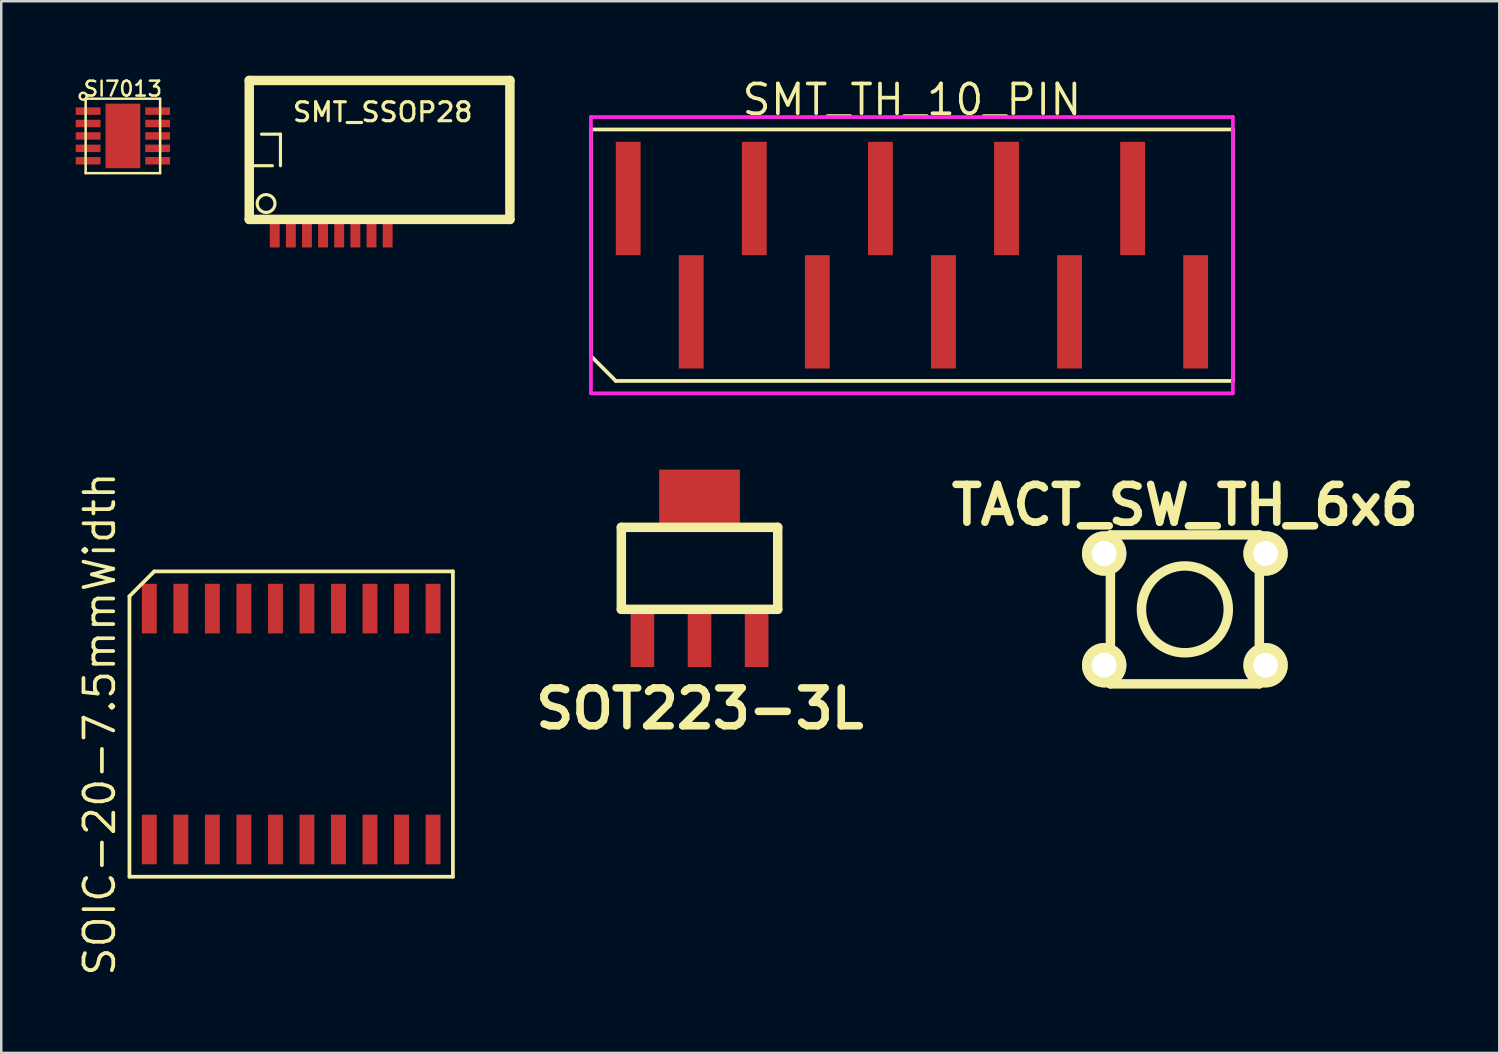
<source format=kicad_pcb>
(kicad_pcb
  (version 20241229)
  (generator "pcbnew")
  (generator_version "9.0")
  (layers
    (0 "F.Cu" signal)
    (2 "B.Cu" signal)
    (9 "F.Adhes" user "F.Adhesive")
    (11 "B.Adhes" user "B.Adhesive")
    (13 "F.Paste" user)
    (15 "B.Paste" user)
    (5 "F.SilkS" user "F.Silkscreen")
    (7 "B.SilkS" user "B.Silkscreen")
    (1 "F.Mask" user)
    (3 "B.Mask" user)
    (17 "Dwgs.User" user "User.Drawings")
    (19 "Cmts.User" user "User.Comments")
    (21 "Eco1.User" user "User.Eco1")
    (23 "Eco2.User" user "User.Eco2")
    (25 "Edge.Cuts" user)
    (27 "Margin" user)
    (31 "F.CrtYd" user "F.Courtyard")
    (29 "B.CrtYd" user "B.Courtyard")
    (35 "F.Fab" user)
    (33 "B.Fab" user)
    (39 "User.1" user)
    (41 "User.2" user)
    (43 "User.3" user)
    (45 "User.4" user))
  (footprint "TACT_SW_TH_6x6"
    (layer "F.Cu")
    (at 44.682 21.498)
    (property "Reference" "TACT_SW_TH_6x6" (at 0 -4.201 0) (layer "F.SilkS") (effects (font (size 1.524 1.524) (thickness 0.305))))
    (attr through_hole)
    (fp_line (start -3.2 -1.9) (end -3.2 -2.601) (stroke (width 0.381) (type solid)) (layer "F.SilkS"))
    (fp_line (start -3.2 1.9) (end -3.2 2.601) (stroke (width 0.381) (type solid)) (layer "F.SilkS"))
    (fp_line (start -3 -3) (end 3 -3) (stroke (width 0.381) (type solid)) (layer "F.SilkS"))
    (fp_line (start -3 3) (end -3 -3) (stroke (width 0.381) (type solid)) (layer "F.SilkS"))
    (fp_line (start 3 -3) (end 3 3) (stroke (width 0.381) (type solid)) (layer "F.SilkS"))
    (fp_line (start 3 3) (end -3 3) (stroke (width 0.381) (type solid)) (layer "F.SilkS"))
    (fp_line (start 3.2 -2.601) (end 3.2 -1.9) (stroke (width 0.381) (type solid)) (layer "F.SilkS"))
    (fp_line (start 3.2 1.9) (end 3.2 2.601) (stroke (width 0.381) (type solid)) (layer "F.SilkS"))
    (fp_circle (center 0 0) (end 1.75 0) (stroke (width 0.381) (type solid)) (fill no) (layer "F.SilkS"))
    (pad "1" thru_hole circle (at -3.251 -2.25) (size 1.788 1.788) (drill 1.001) (layers "*.Cu" "*.Mask" "F.SilkS"))
    (pad "1" thru_hole circle (at 3.251 -2.25) (size 1.788 1.788) (drill 1.001) (layers "*.Cu" "*.Mask" "F.SilkS"))
    (pad "2" thru_hole circle (at -3.251 2.25) (size 1.788 1.788) (drill 1.001) (layers "*.Cu" "*.Mask" "F.SilkS"))
    (pad "2" thru_hole circle (at 3.251 2.25) (size 1.788 1.788) (drill 1.001) (layers "*.Cu" "*.Mask" "F.SilkS")))
  (footprint "SOT223-3L"
    (layer "F.Cu")
    (at 25.13 19.845)
    (property "Reference" "SOT223-3L" (at 0.013 5.652 0) (layer "F.SilkS") (effects (font (size 1.524 1.524) (thickness 0.305))))
    (attr through_hole)
    (fp_line (start -3.15 -1.651) (end 3.15 -1.651) (stroke (width 0.381) (type solid)) (layer "F.SilkS"))
    (fp_line (start -3.15 1.651) (end -3.15 -1.651) (stroke (width 0.381) (type solid)) (layer "F.SilkS"))
    (fp_line (start -3.15 1.651) (end 3.15 1.651) (stroke (width 0.381) (type solid)) (layer "F.SilkS"))
    (fp_line (start 3.15 -1.651) (end 3.15 1.651) (stroke (width 0.381) (type solid)) (layer "F.SilkS"))
    (pad "1" smd rect (at -2.301 2.901) (size 0.95 2.149) (layers "F.Cu" "F.Mask" "F.Paste"))
    (pad "2" smd rect (at 0 -2.901) (size 3.251 2.149) (layers "F.Cu" "F.Mask" "F.Paste"))
    (pad "2" smd rect (at 0 2.901) (size 0.95 2.149) (layers "F.Cu" "F.Mask" "F.Paste"))
    (pad "3" smd rect (at 2.301 2.901) (size 0.95 2.149) (layers "F.Cu" "F.Mask" "F.Paste")))
  (footprint "SI7013"
    (layer "F.Cu")
    (at 1.9 2.426)
    (property "Reference" "SI7013" (at 0 -1.9 0) (layer "F.SilkS") (effects (font (size 0.6 0.6) (thickness 0.1))))
    (attr through_hole)
    (fp_line (start -1.5 -1.5) (end 1.5 -1.5) (stroke (width 0.1) (type solid)) (layer "F.SilkS"))
    (fp_line (start -1.5 1.5) (end -1.5 -1.5) (stroke (width 0.1) (type solid)) (layer "F.SilkS"))
    (fp_line (start 1.5 -1.5) (end 1.5 1.5) (stroke (width 0.1) (type solid)) (layer "F.SilkS"))
    (fp_line (start 1.5 1.5) (end -1.5 1.5) (stroke (width 0.1) (type solid)) (layer "F.SilkS"))
    (fp_circle (center -1.6 -1.6) (end -1.5 -1.5) (stroke (width 0.1) (type solid)) (fill no) (layer "F.SilkS"))
    (pad "" smd rect (at 0 0) (size 1.4 2.6) (layers "F.Cu" "F.Mask" "F.Paste"))
    (pad "1" smd rect (at -1.4 -1) (size 1 0.3) (layers "F.Cu" "F.Mask" "F.Paste"))
    (pad "2" smd rect (at -1.4 -0.5) (size 1 0.3) (layers "F.Cu" "F.Mask" "F.Paste"))
    (pad "3" smd rect (at -1.4 0) (size 1 0.3) (layers "F.Cu" "F.Mask" "F.Paste"))
    (pad "4" smd rect (at -1.4 0.5) (size 1 0.3) (layers "F.Cu" "F.Mask" "F.Paste"))
    (pad "5" smd rect (at -1.4 1) (size 1 0.3) (layers "F.Cu" "F.Mask" "F.Paste"))
    (pad "6" smd rect (at 1.4 1) (size 1 0.3) (layers "F.Cu" "F.Mask" "F.Paste"))
    (pad "7" smd rect (at 1.4 0.5) (size 1 0.3) (layers "F.Cu" "F.Mask" "F.Paste"))
    (pad "8" smd rect (at 1.4 0) (size 1 0.3) (layers "F.Cu" "F.Mask" "F.Paste"))
    (pad "9" smd rect (at 1.4 -0.5) (size 1 0.3) (layers "F.Cu" "F.Mask" "F.Paste"))
    (pad "10" smd rect (at 1.4 -1) (size 1 0.3) (layers "F.Cu" "F.Mask" "F.Paste")))
  (footprint "SOIC-20-7.5mmWidth"
    (layer "F.Cu")
    (at 8.68 26.118)
    (property "Reference" "SOIC-20-7.5mmWidth" (at -7.715 0 90) (layer "F.SilkS") (effects (font (size 1.2 1.2) (thickness 0.15))))
    (attr through_hole)
    (fp_line (start -6.515 -5.15) (end -6.515 6.15) (stroke (width 0.15) (type solid)) (layer "F.SilkS"))
    (fp_line (start -6.515 6.15) (end 6.515 6.15) (stroke (width 0.15) (type solid)) (layer "F.SilkS"))
    (fp_line (start -5.515 -6.15) (end -6.515 -5.15) (stroke (width 0.15) (type solid)) (layer "F.SilkS"))
    (fp_line (start 6.515 -6.15) (end -5.515 -6.15) (stroke (width 0.15) (type solid)) (layer "F.SilkS"))
    (fp_line (start 6.515 6.15) (end 6.515 -6.15) (stroke (width 0.15) (type solid)) (layer "F.SilkS"))
    (pad "1" smd rect (at -5.715 4.65) (size 0.6 2) (layers "F.Cu" "F.Mask" "F.Paste"))
    (pad "2" smd rect (at -4.445 4.65) (size 0.6 2) (layers "F.Cu" "F.Mask" "F.Paste"))
    (pad "3" smd rect (at -3.175 4.65) (size 0.6 2) (layers "F.Cu" "F.Mask" "F.Paste"))
    (pad "4" smd rect (at -1.905 4.65) (size 0.6 2) (layers "F.Cu" "F.Mask" "F.Paste"))
    (pad "5" smd rect (at -0.635 4.65) (size 0.6 2) (layers "F.Cu" "F.Mask" "F.Paste"))
    (pad "6" smd rect (at 0.635 4.65) (size 0.6 2) (layers "F.Cu" "F.Mask" "F.Paste"))
    (pad "7" smd rect (at 1.905 4.65) (size 0.6 2) (layers "F.Cu" "F.Mask" "F.Paste"))
    (pad "8" smd rect (at 3.175 4.65) (size 0.6 2) (layers "F.Cu" "F.Mask" "F.Paste"))
    (pad "9" smd rect (at 4.445 4.65) (size 0.6 2) (layers "F.Cu" "F.Mask" "F.Paste"))
    (pad "10" smd rect (at 5.715 4.65) (size 0.6 2) (layers "F.Cu" "F.Mask" "F.Paste"))
    (pad "11" smd rect (at 5.715 -4.65) (size 0.6 2) (layers "F.Cu" "F.Mask" "F.Paste"))
    (pad "12" smd rect (at 4.445 -4.65) (size 0.6 2) (layers "F.Cu" "F.Mask" "F.Paste"))
    (pad "13" smd rect (at 3.175 -4.65) (size 0.6 2) (layers "F.Cu" "F.Mask" "F.Paste"))
    (pad "14" smd rect (at 1.905 -4.65) (size 0.6 2) (layers "F.Cu" "F.Mask" "F.Paste"))
    (pad "15" smd rect (at 0.635 -4.65) (size 0.6 2) (layers "F.Cu" "F.Mask" "F.Paste"))
    (pad "16" smd rect (at -0.635 -4.65) (size 0.6 2) (layers "F.Cu" "F.Mask" "F.Paste"))
    (pad "17" smd rect (at -1.905 -4.65) (size 0.6 2) (layers "F.Cu" "F.Mask" "F.Paste"))
    (pad "18" smd rect (at -3.175 -4.65) (size 0.6 2) (layers "F.Cu" "F.Mask" "F.Paste"))
    (pad "19" smd rect (at -4.445 -4.65) (size 0.6 2) (layers "F.Cu" "F.Mask" "F.Paste"))
    (pad "20" smd rect (at -5.715 -4.65) (size 0.6 2) (layers "F.Cu" "F.Mask" "F.Paste")))
  (footprint "SMT_TH_10_PIN"
    (layer "F.Cu")
    (at 33.686 7.23)
    (property "Reference" "SMT_TH_10_PIN" (at 0 -6.265 0) (layer "F.SilkS") (effects (font (size 1.2 1.2) (thickness 0.15))))
    (attr through_hole)
    (fp_line (start -12.93 -5.065) (end 12.93 -5.065) (stroke (width 0.15) (type solid)) (layer "F.SilkS"))
    (fp_line (start -12.93 4.065) (end -12.93 -5.065) (stroke (width 0.15) (type solid)) (layer "F.SilkS"))
    (fp_line (start -11.93 5.065) (end -12.93 4.065) (stroke (width 0.15) (type solid)) (layer "F.SilkS"))
    (fp_line (start 12.93 -5.065) (end 12.93 5.065) (stroke (width 0.15) (type solid)) (layer "F.SilkS"))
    (fp_line (start 12.93 5.065) (end -11.93 5.065) (stroke (width 0.15) (type solid)) (layer "F.SilkS"))
    (fp_line (start -12.93 -5.565) (end 12.93 -5.565) (stroke (width 0.15) (type solid)) (layer "F.CrtYd"))
    (fp_line (start -12.93 5.565) (end -12.93 -5.565) (stroke (width 0.15) (type solid)) (layer "F.CrtYd"))
    (fp_line (start 12.93 -5.565) (end 12.93 5.565) (stroke (width 0.15) (type solid)) (layer "F.CrtYd"))
    (fp_line (start 12.93 5.565) (end -12.93 5.565) (stroke (width 0.15) (type solid)) (layer "F.CrtYd"))
    (pad "1" smd rect (at -11.43 -2.283) (size 1 4.565) (layers "F.Cu" "F.Mask" "F.Paste"))
    (pad "2" smd rect (at -8.89 2.283) (size 1 4.565) (layers "F.Cu" "F.Mask" "F.Paste"))
    (pad "3" smd rect (at -6.35 -2.283) (size 1 4.565) (layers "F.Cu" "F.Mask" "F.Paste"))
    (pad "4" smd rect (at -3.81 2.283) (size 1 4.565) (layers "F.Cu" "F.Mask" "F.Paste"))
    (pad "5" smd rect (at -1.27 -2.283) (size 1 4.565) (layers "F.Cu" "F.Mask" "F.Paste"))
    (pad "6" smd rect (at 1.27 2.283) (size 1 4.565) (layers "F.Cu" "F.Mask" "F.Paste"))
    (pad "7" smd rect (at 3.81 -2.283) (size 1 4.565) (layers "F.Cu" "F.Mask" "F.Paste"))
    (pad "8" smd rect (at 6.35 2.283) (size 1 4.565) (layers "F.Cu" "F.Mask" "F.Paste"))
    (pad "9" smd rect (at 8.89 -2.283) (size 1 4.565) (layers "F.Cu" "F.Mask" "F.Paste"))
    (pad "10" smd rect (at 11.43 2.283) (size 1 4.565) (layers "F.Cu" "F.Mask" "F.Paste")))
  (footprint "SMT_SSOP28"
    (layer "F.Cu")
    (at 12.241 2.99)
    (property "Reference" "SMT_SSOP28" (at 0.127 -1.524 0) (layer "F.SilkS") (effects (font (size 0.762 0.762) (thickness 0.127))))
    (attr smd)
    (fp_line (start -5.25 2.799) (end -5.25 -2.799) (stroke (width 0.381) (type solid)) (layer "F.SilkS"))
    (fp_line (start -4.755 -0.635) (end -3.993 -0.635) (stroke (width 0.127) (type solid)) (layer "F.SilkS"))
    (fp_line (start -4.318 0.635) (end -5.08 0.635) (stroke (width 0.127) (type solid)) (layer "F.SilkS"))
    (fp_line (start -3.993 -0.635) (end -3.993 0.635) (stroke (width 0.127) (type solid)) (layer "F.SilkS"))
    (fp_line (start 5.25 -2.799) (end -5.25 -2.799) (stroke (width 0.381) (type solid)) (layer "F.SilkS"))
    (fp_line (start 5.25 -2.799) (end 5.25 2.799) (stroke (width 0.381) (type solid)) (layer "F.SilkS"))
    (fp_line (start 5.25 2.799) (end -5.25 2.799) (stroke (width 0.381) (type solid)) (layer "F.SilkS"))
    (fp_circle (center -4.572 2.159) (end -4.826 1.905) (stroke (width 0.127) (type solid)) (fill no) (layer "F.SilkS"))
    (pad "1" smd rect (at -4.224 3.378) (size 0.399 1.1) (layers "F.Cu" "F.Mask" "F.Paste"))
    (pad "2" smd rect (at -3.574 3.378) (size 0.399 1.1) (layers "F.Cu" "F.Mask" "F.Paste"))
    (pad "3" smd rect (at -2.926 3.378) (size 0.399 1.1) (layers "F.Cu" "F.Mask" "F.Paste"))
    (pad "4" smd rect (at -2.276 3.378) (size 0.399 1.1) (layers "F.Cu" "F.Mask" "F.Paste"))
    (pad "5" smd rect (at -1.626 3.378) (size 0.399 1.1) (layers "F.Cu" "F.Mask" "F.Paste"))
    (pad "6" smd rect (at -0.975 3.378) (size 0.399 1.1) (layers "F.Cu" "F.Mask" "F.Paste"))
    (pad "7" smd rect (at -0.325 3.378) (size 0.399 1.1) (layers "F.Cu" "F.Mask" "F.Paste"))
    (pad "8" smd rect (at 0.325 3.378) (size 0.399 1.1) (layers "F.Cu" "F.Mask" "F.Paste")))
  (gr_rect
    (start -3 -3)
    (end 57.348 39.366)
    (stroke (width 0.1) (type default))
    (fill no)
    (layer "Edge.Cuts")))
</source>
